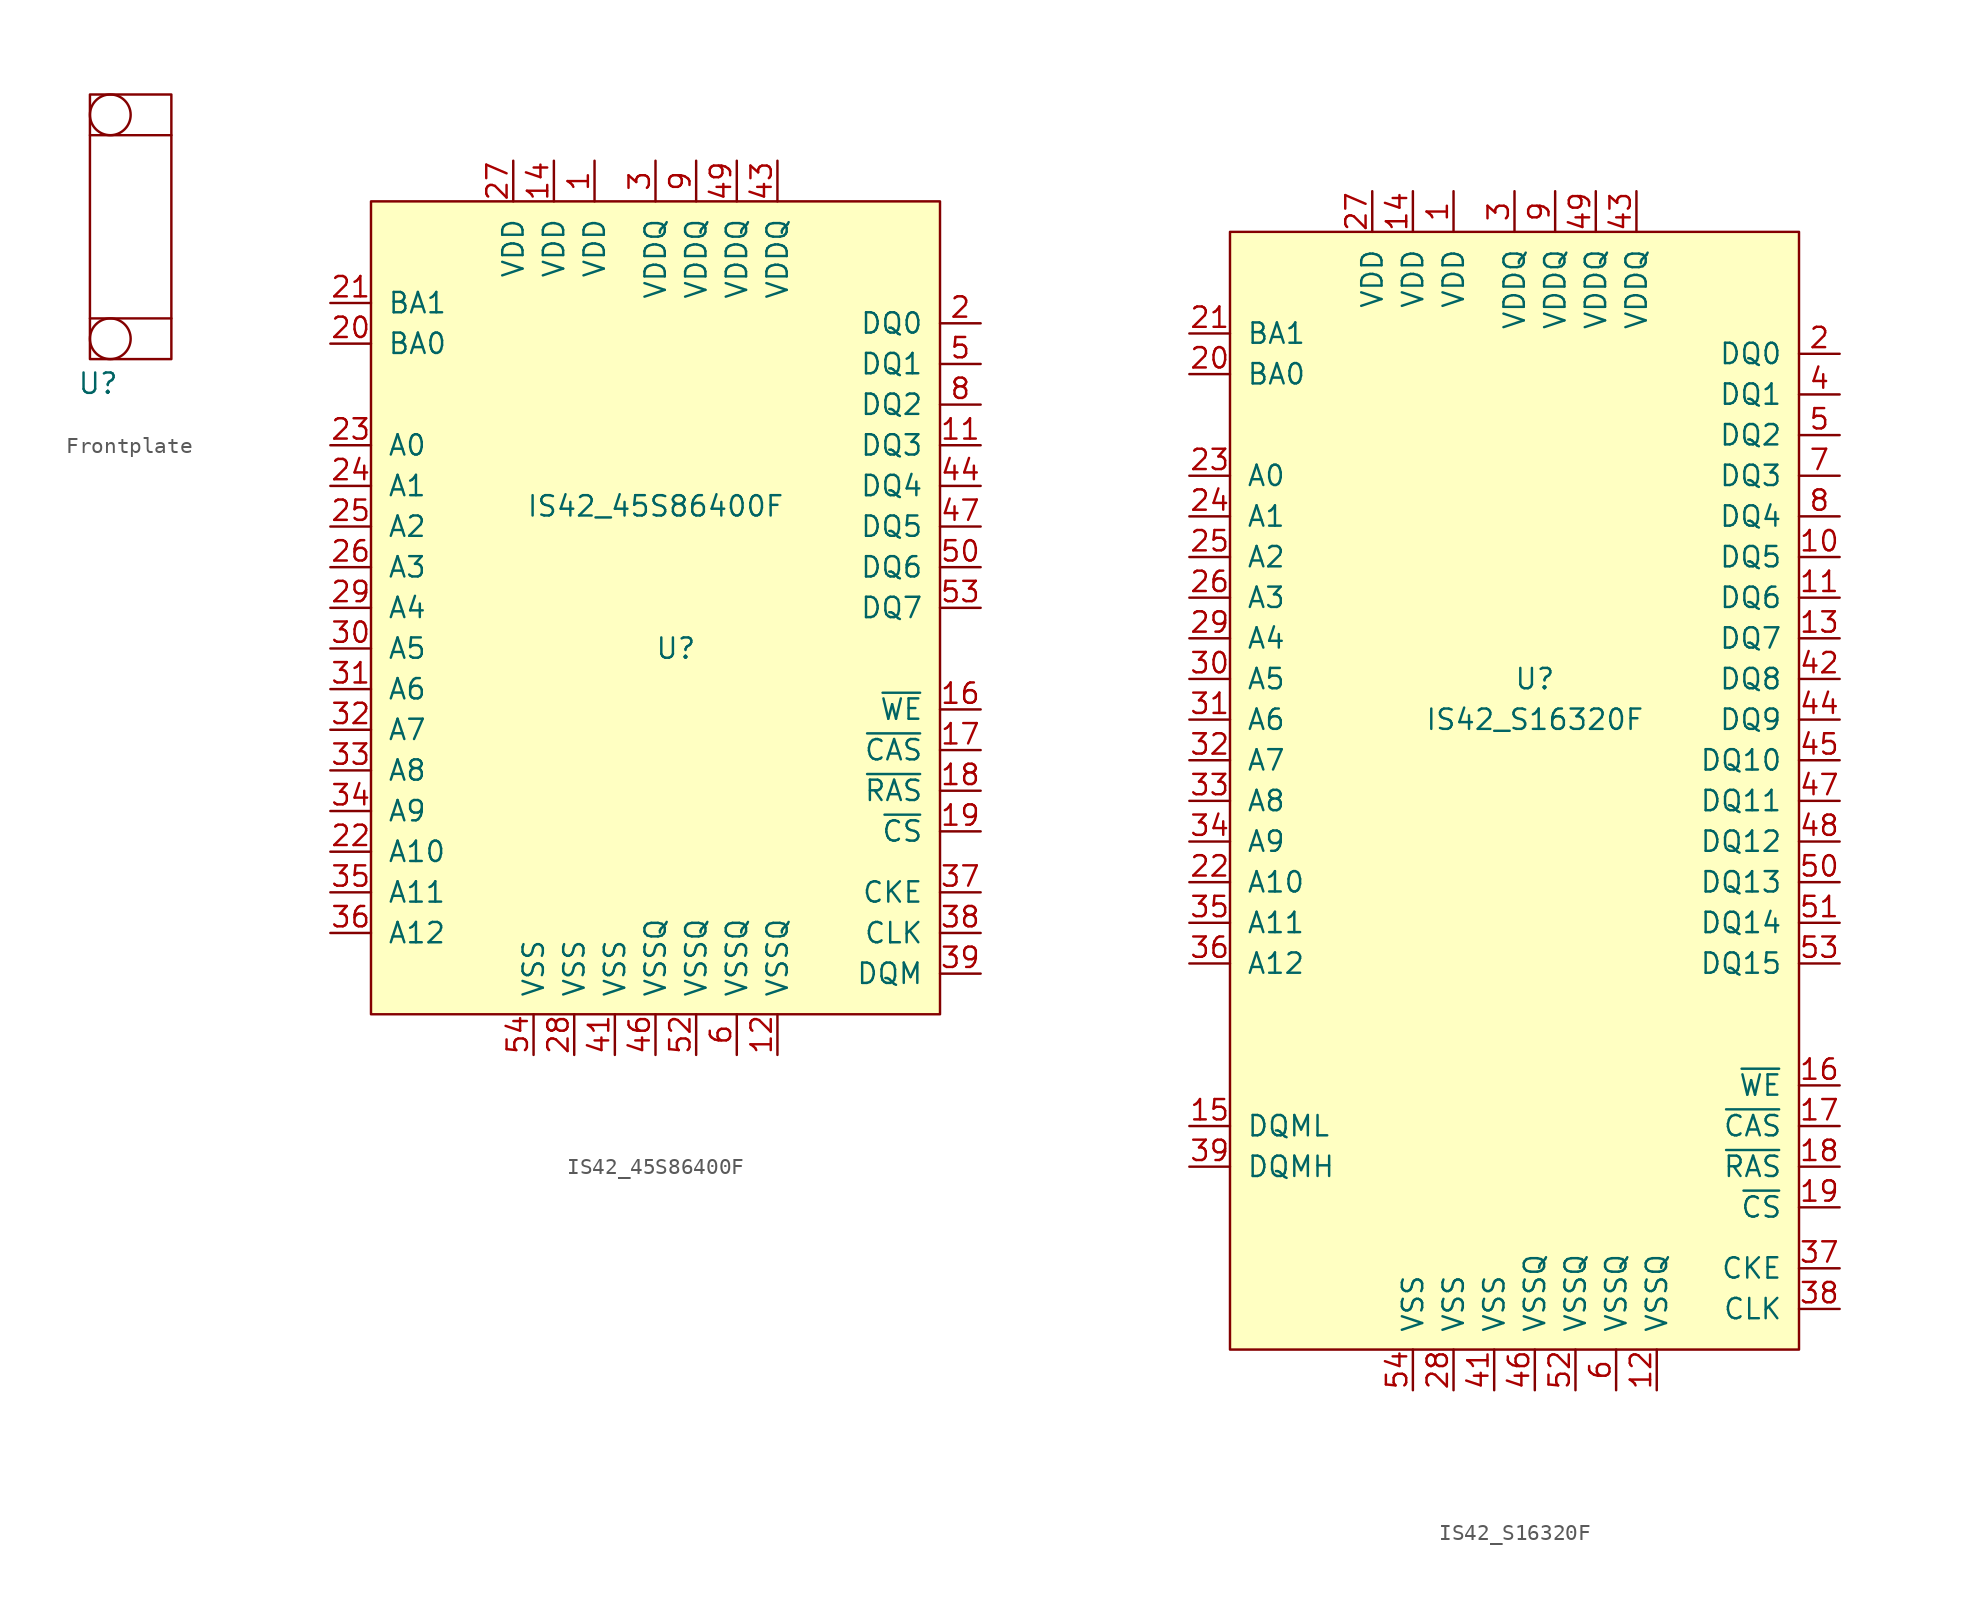
<source format=kicad_sym>
(kicad_symbol_lib
  (version 20241209)
  (generator "kicad_symbol_editor")
  (generator_version "9.0")
  (symbol "Frontplate"
    (property "Reference" "U"
      (at -0.762 -14.224 0)
      (effects (font (size 1.27 1.27))))
    (property "Value" ""
      (at 0 0 0)
      (effects (font (size 1.27 1.27))))
    (symbol "Frontplate_0_1"
      (rectangle (start -1.27 3.81) (end 3.81 -12.7) (stroke (width 0) (type default)) (fill (type none)))
      (polyline (pts (xy -1.27 1.27) (xy 3.81 1.27)) (stroke (width 0) (type default)) (fill (type none)))
      (polyline (pts (xy -1.27 -10.16) (xy 3.81 -10.16)) (stroke (width 0) (type default)) (fill (type none)))
      (circle (center 0 2.54) (radius 1.27) (stroke (width 0) (type default)) (fill (type none)))
      (circle (center 0 -11.43) (radius 1.27) (stroke (width 0) (type default)) (fill (type none)))))
  (symbol "IS42_45S86400F"
    (pin_names
      (offset 1.016))
    (property "Reference" "U"
      (at 0 -1.27 0)
      (effects (font (size 1.27 1.27))))
    (property "Value" "IS42_45S86400F"
      (at -1.27 7.62 0)
      (effects (font (size 1.27 1.27))))
    (symbol "IS42_45S86400F_0_1"
      (rectangle (start -19.05 26.67) (end 16.51 -24.13) (stroke (width 0) (type solid)) (fill (type background))))
    (symbol "IS42_45S86400F_1_1"
      (pin input line (at -21.59 20.32 0) (length 2.54) (name "BA1" (effects (font (size 1.27 1.27)))) (number "21" (effects (font (size 1.27 1.27)))))
      (pin input line (at -21.59 17.78 0) (length 2.54) (name "BA0" (effects (font (size 1.27 1.27)))) (number "20" (effects (font (size 1.27 1.27)))))
      (pin input line (at -21.59 11.43 0) (length 2.54) (name "A0" (effects (font (size 1.27 1.27)))) (number "23" (effects (font (size 1.27 1.27)))))
      (pin input line (at -21.59 8.89 0) (length 2.54) (name "A1" (effects (font (size 1.27 1.27)))) (number "24" (effects (font (size 1.27 1.27)))))
      (pin input line (at -21.59 6.35 0) (length 2.54) (name "A2" (effects (font (size 1.27 1.27)))) (number "25" (effects (font (size 1.27 1.27)))))
      (pin input line (at -21.59 3.81 0) (length 2.54) (name "A3" (effects (font (size 1.27 1.27)))) (number "26" (effects (font (size 1.27 1.27)))))
      (pin input line (at -21.59 1.27 0) (length 2.54) (name "A4" (effects (font (size 1.27 1.27)))) (number "29" (effects (font (size 1.27 1.27)))))
      (pin input line (at -21.59 -1.27 0) (length 2.54) (name "A5" (effects (font (size 1.27 1.27)))) (number "30" (effects (font (size 1.27 1.27)))))
      (pin input line (at -21.59 -3.81 0) (length 2.54) (name "A6" (effects (font (size 1.27 1.27)))) (number "31" (effects (font (size 1.27 1.27)))))
      (pin input line (at -21.59 -6.35 0) (length 2.54) (name "A7" (effects (font (size 1.27 1.27)))) (number "32" (effects (font (size 1.27 1.27)))))
      (pin input line (at -21.59 -8.89 0) (length 2.54) (name "A8" (effects (font (size 1.27 1.27)))) (number "33" (effects (font (size 1.27 1.27)))))
      (pin input line (at -21.59 -11.43 0) (length 2.54) (name "A9" (effects (font (size 1.27 1.27)))) (number "34" (effects (font (size 1.27 1.27)))))
      (pin input line (at -21.59 -13.97 0) (length 2.54) (name "A10" (effects (font (size 1.27 1.27)))) (number "22" (effects (font (size 1.27 1.27)))))
      (pin input line (at -21.59 -16.51 0) (length 2.54) (name "A11" (effects (font (size 1.27 1.27)))) (number "35" (effects (font (size 1.27 1.27)))))
      (pin input line (at -21.59 -19.05 0) (length 2.54) (name "A12" (effects (font (size 1.27 1.27)))) (number "36" (effects (font (size 1.27 1.27)))))
      (pin input line (at -10.16 29.21 270) (length 2.54) (name "VDD" (effects (font (size 1.27 1.27)))) (number "27" (effects (font (size 1.27 1.27)))))
      (pin input line (at -8.89 -26.67 90) (length 2.54) (name "VSS" (effects (font (size 1.27 1.27)))) (number "54" (effects (font (size 1.27 1.27)))))
      (pin input line (at -7.62 29.21 270) (length 2.54) (name "VDD" (effects (font (size 1.27 1.27)))) (number "14" (effects (font (size 1.27 1.27)))))
      (pin input line (at -6.35 -26.67 90) (length 2.54) (name "VSS" (effects (font (size 1.27 1.27)))) (number "28" (effects (font (size 1.27 1.27)))))
      (pin input line (at -5.08 29.21 270) (length 2.54) (name "VDD" (effects (font (size 1.27 1.27)))) (number "1" (effects (font (size 1.27 1.27)))))
      (pin input line (at -5.08 12.7 180) (length 2.54) (hide yes) (name "NC" (effects (font (size 1.27 1.27)))) (number "51" (effects (font (size 1.27 1.27)))))
      (pin input line (at -5.08 10.16 180) (length 2.54) (hide yes) (name "NC" (effects (font (size 1.27 1.27)))) (number "15" (effects (font (size 1.27 1.27)))))
      (pin input line (at -5.08 7.62 180) (length 2.54) (hide yes) (name "NC" (effects (font (size 1.27 1.27)))) (number "13" (effects (font (size 1.27 1.27)))))
      (pin input line (at -5.08 5.08 180) (length 2.54) (hide yes) (name "NC" (effects (font (size 1.27 1.27)))) (number "7" (effects (font (size 1.27 1.27)))))
      (pin input line (at -5.08 2.54 180) (length 2.54) (hide yes) (name "NC" (effects (font (size 1.27 1.27)))) (number "40" (effects (font (size 1.27 1.27)))))
      (pin input line (at -5.08 0 180) (length 2.54) (hide yes) (name "NC" (effects (font (size 1.27 1.27)))) (number "42" (effects (font (size 1.27 1.27)))))
      (pin input line (at -5.08 -2.54 180) (length 2.54) (hide yes) (name "NC" (effects (font (size 1.27 1.27)))) (number "48" (effects (font (size 1.27 1.27)))))
      (pin input line (at -5.08 -5.08 180) (length 2.54) (hide yes) (name "NC" (effects (font (size 1.27 1.27)))) (number "45" (effects (font (size 1.27 1.27)))))
      (pin input line (at -5.08 -7.62 180) (length 2.54) (hide yes) (name "NC" (effects (font (size 1.27 1.27)))) (number "4" (effects (font (size 1.27 1.27)))))
      (pin input line (at -5.08 -10.16 180) (length 2.54) (hide yes) (name "NC" (effects (font (size 1.27 1.27)))) (number "10" (effects (font (size 1.27 1.27)))))
      (pin input line (at -3.81 -26.67 90) (length 2.54) (name "VSS" (effects (font (size 1.27 1.27)))) (number "41" (effects (font (size 1.27 1.27)))))
      (pin input line (at -1.27 29.21 270) (length 2.54) (name "VDDQ" (effects (font (size 1.27 1.27)))) (number "3" (effects (font (size 1.27 1.27)))))
      (pin input line (at -1.27 -26.67 90) (length 2.54) (name "VSSQ" (effects (font (size 1.27 1.27)))) (number "46" (effects (font (size 1.27 1.27)))))
      (pin input line (at 1.27 29.21 270) (length 2.54) (name "VDDQ" (effects (font (size 1.27 1.27)))) (number "9" (effects (font (size 1.27 1.27)))))
      (pin input line (at 1.27 -26.67 90) (length 2.54) (name "VSSQ" (effects (font (size 1.27 1.27)))) (number "52" (effects (font (size 1.27 1.27)))))
      (pin input line (at 3.81 29.21 270) (length 2.54) (name "VDDQ" (effects (font (size 1.27 1.27)))) (number "49" (effects (font (size 1.27 1.27)))))
      (pin input line (at 3.81 -26.67 90) (length 2.54) (name "VSSQ" (effects (font (size 1.27 1.27)))) (number "6" (effects (font (size 1.27 1.27)))))
      (pin input line (at 6.35 29.21 270) (length 2.54) (name "VDDQ" (effects (font (size 1.27 1.27)))) (number "43" (effects (font (size 1.27 1.27)))))
      (pin input line (at 6.35 -26.67 90) (length 2.54) (name "VSSQ" (effects (font (size 1.27 1.27)))) (number "12" (effects (font (size 1.27 1.27)))))
      (pin input line (at 19.05 19.05 180) (length 2.54) (name "DQ0" (effects (font (size 1.27 1.27)))) (number "2" (effects (font (size 1.27 1.27)))))
      (pin input line (at 19.05 16.51 180) (length 2.54) (name "DQ1" (effects (font (size 1.27 1.27)))) (number "5" (effects (font (size 1.27 1.27)))))
      (pin input line (at 19.05 13.97 180) (length 2.54) (name "DQ2" (effects (font (size 1.27 1.27)))) (number "8" (effects (font (size 1.27 1.27)))))
      (pin input line (at 19.05 11.43 180) (length 2.54) (name "DQ3" (effects (font (size 1.27 1.27)))) (number "11" (effects (font (size 1.27 1.27)))))
      (pin input line (at 19.05 8.89 180) (length 2.54) (name "DQ4" (effects (font (size 1.27 1.27)))) (number "44" (effects (font (size 1.27 1.27)))))
      (pin input line (at 19.05 6.35 180) (length 2.54) (name "DQ5" (effects (font (size 1.27 1.27)))) (number "47" (effects (font (size 1.27 1.27)))))
      (pin input line (at 19.05 3.81 180) (length 2.54) (name "DQ6" (effects (font (size 1.27 1.27)))) (number "50" (effects (font (size 1.27 1.27)))))
      (pin input line (at 19.05 1.27 180) (length 2.54) (name "DQ7" (effects (font (size 1.27 1.27)))) (number "53" (effects (font (size 1.27 1.27)))))
      (pin input line (at 19.05 -5.08 180) (length 2.54) (name "~{WE}" (effects (font (size 1.27 1.27)))) (number "16" (effects (font (size 1.27 1.27)))))
      (pin input line (at 19.05 -7.62 180) (length 2.54) (name "~{CAS}" (effects (font (size 1.27 1.27)))) (number "17" (effects (font (size 1.27 1.27)))))
      (pin input line (at 19.05 -10.16 180) (length 2.54) (name "~{RAS}" (effects (font (size 1.27 1.27)))) (number "18" (effects (font (size 1.27 1.27)))))
      (pin input line (at 19.05 -12.7 180) (length 2.54) (name "~{CS}" (effects (font (size 1.27 1.27)))) (number "19" (effects (font (size 1.27 1.27)))))
      (pin input line (at 19.05 -16.51 180) (length 2.54) (name "CKE" (effects (font (size 1.27 1.27)))) (number "37" (effects (font (size 1.27 1.27)))))
      (pin input line (at 19.05 -19.05 180) (length 2.54) (name "CLK" (effects (font (size 1.27 1.27)))) (number "38" (effects (font (size 1.27 1.27)))))
      (pin input line (at 19.05 -21.59 180) (length 2.54) (name "DQM" (effects (font (size 1.27 1.27)))) (number "39" (effects (font (size 1.27 1.27)))))))
  (symbol "IS42_S16320F"
    (pin_names
      (offset 1.016))
    (property "Reference" "U"
      (at 0 -1.27 0)
      (effects (font (size 1.27 1.27))))
    (property "Value" "IS42_S16320F"
      (at 0 -3.81 0)
      (effects (font (size 1.27 1.27))))
    (symbol "IS42_S16320F_0_1"
      (rectangle (start -19.05 26.67) (end 16.51 -43.18) (stroke (width 0) (type solid)) (fill (type background))))
    (symbol "IS42_S16320F_1_1"
      (pin input line (at -21.59 20.32 0) (length 2.54) (name "BA1" (effects (font (size 1.27 1.27)))) (number "21" (effects (font (size 1.27 1.27)))))
      (pin input line (at -21.59 17.78 0) (length 2.54) (name "BA0" (effects (font (size 1.27 1.27)))) (number "20" (effects (font (size 1.27 1.27)))))
      (pin input line (at -21.59 11.43 0) (length 2.54) (name "A0" (effects (font (size 1.27 1.27)))) (number "23" (effects (font (size 1.27 1.27)))))
      (pin input line (at -21.59 8.89 0) (length 2.54) (name "A1" (effects (font (size 1.27 1.27)))) (number "24" (effects (font (size 1.27 1.27)))))
      (pin input line (at -21.59 6.35 0) (length 2.54) (name "A2" (effects (font (size 1.27 1.27)))) (number "25" (effects (font (size 1.27 1.27)))))
      (pin input line (at -21.59 3.81 0) (length 2.54) (name "A3" (effects (font (size 1.27 1.27)))) (number "26" (effects (font (size 1.27 1.27)))))
      (pin input line (at -21.59 1.27 0) (length 2.54) (name "A4" (effects (font (size 1.27 1.27)))) (number "29" (effects (font (size 1.27 1.27)))))
      (pin input line (at -21.59 -1.27 0) (length 2.54) (name "A5" (effects (font (size 1.27 1.27)))) (number "30" (effects (font (size 1.27 1.27)))))
      (pin input line (at -21.59 -3.81 0) (length 2.54) (name "A6" (effects (font (size 1.27 1.27)))) (number "31" (effects (font (size 1.27 1.27)))))
      (pin input line (at -21.59 -6.35 0) (length 2.54) (name "A7" (effects (font (size 1.27 1.27)))) (number "32" (effects (font (size 1.27 1.27)))))
      (pin input line (at -21.59 -8.89 0) (length 2.54) (name "A8" (effects (font (size 1.27 1.27)))) (number "33" (effects (font (size 1.27 1.27)))))
      (pin input line (at -21.59 -11.43 0) (length 2.54) (name "A9" (effects (font (size 1.27 1.27)))) (number "34" (effects (font (size 1.27 1.27)))))
      (pin input line (at -21.59 -13.97 0) (length 2.54) (name "A10" (effects (font (size 1.27 1.27)))) (number "22" (effects (font (size 1.27 1.27)))))
      (pin input line (at -21.59 -16.51 0) (length 2.54) (name "A11" (effects (font (size 1.27 1.27)))) (number "35" (effects (font (size 1.27 1.27)))))
      (pin input line (at -21.59 -19.05 0) (length 2.54) (name "A12" (effects (font (size 1.27 1.27)))) (number "36" (effects (font (size 1.27 1.27)))))
      (pin input line (at -21.59 -29.21 0) (length 2.54) (name "DQML" (effects (font (size 1.27 1.27)))) (number "15" (effects (font (size 1.27 1.27)))))
      (pin input line (at -21.59 -31.75 0) (length 2.54) (name "DQMH" (effects (font (size 1.27 1.27)))) (number "39" (effects (font (size 1.27 1.27)))))
      (pin input line (at -10.16 29.21 270) (length 2.54) (name "VDD" (effects (font (size 1.27 1.27)))) (number "27" (effects (font (size 1.27 1.27)))))
      (pin input line (at -7.62 29.21 270) (length 2.54) (name "VDD" (effects (font (size 1.27 1.27)))) (number "14" (effects (font (size 1.27 1.27)))))
      (pin input line (at -7.62 -45.72 90) (length 2.54) (name "VSS" (effects (font (size 1.27 1.27)))) (number "54" (effects (font (size 1.27 1.27)))))
      (pin input line (at -5.08 29.21 270) (length 2.54) (name "VDD" (effects (font (size 1.27 1.27)))) (number "1" (effects (font (size 1.27 1.27)))))
      (pin input line (at -5.08 -45.72 90) (length 2.54) (name "VSS" (effects (font (size 1.27 1.27)))) (number "28" (effects (font (size 1.27 1.27)))))
      (pin input line (at -2.54 -45.72 90) (length 2.54) (name "VSS" (effects (font (size 1.27 1.27)))) (number "41" (effects (font (size 1.27 1.27)))))
      (pin input line (at -1.27 29.21 270) (length 2.54) (name "VDDQ" (effects (font (size 1.27 1.27)))) (number "3" (effects (font (size 1.27 1.27)))))
      (pin input line (at 0 -45.72 90) (length 2.54) (name "VSSQ" (effects (font (size 1.27 1.27)))) (number "46" (effects (font (size 1.27 1.27)))))
      (pin input line (at 1.27 29.21 270) (length 2.54) (name "VDDQ" (effects (font (size 1.27 1.27)))) (number "9" (effects (font (size 1.27 1.27)))))
      (pin input line (at 1.27 -10.16 180) (length 2.54) (hide yes) (name "NC" (effects (font (size 1.27 1.27)))) (number "40" (effects (font (size 1.27 1.27)))))
      (pin input line (at 2.54 -45.72 90) (length 2.54) (name "VSSQ" (effects (font (size 1.27 1.27)))) (number "52" (effects (font (size 1.27 1.27)))))
      (pin input line (at 3.81 29.21 270) (length 2.54) (name "VDDQ" (effects (font (size 1.27 1.27)))) (number "49" (effects (font (size 1.27 1.27)))))
      (pin input line (at 5.08 -45.72 90) (length 2.54) (name "VSSQ" (effects (font (size 1.27 1.27)))) (number "6" (effects (font (size 1.27 1.27)))))
      (pin input line (at 6.35 29.21 270) (length 2.54) (name "VDDQ" (effects (font (size 1.27 1.27)))) (number "43" (effects (font (size 1.27 1.27)))))
      (pin input line (at 7.62 -45.72 90) (length 2.54) (name "VSSQ" (effects (font (size 1.27 1.27)))) (number "12" (effects (font (size 1.27 1.27)))))
      (pin input line (at 19.05 19.05 180) (length 2.54) (name "DQ0" (effects (font (size 1.27 1.27)))) (number "2" (effects (font (size 1.27 1.27)))))
      (pin input line (at 19.05 16.51 180) (length 2.54) (name "DQ1" (effects (font (size 1.27 1.27)))) (number "4" (effects (font (size 1.27 1.27)))))
      (pin input line (at 19.05 13.97 180) (length 2.54) (name "DQ2" (effects (font (size 1.27 1.27)))) (number "5" (effects (font (size 1.27 1.27)))))
      (pin input line (at 19.05 11.43 180) (length 2.54) (name "DQ3" (effects (font (size 1.27 1.27)))) (number "7" (effects (font (size 1.27 1.27)))))
      (pin input line (at 19.05 8.89 180) (length 2.54) (name "DQ4" (effects (font (size 1.27 1.27)))) (number "8" (effects (font (size 1.27 1.27)))))
      (pin input line (at 19.05 6.35 180) (length 2.54) (name "DQ5" (effects (font (size 1.27 1.27)))) (number "10" (effects (font (size 1.27 1.27)))))
      (pin input line (at 19.05 3.81 180) (length 2.54) (name "DQ6" (effects (font (size 1.27 1.27)))) (number "11" (effects (font (size 1.27 1.27)))))
      (pin input line (at 19.05 1.27 180) (length 2.54) (name "DQ7" (effects (font (size 1.27 1.27)))) (number "13" (effects (font (size 1.27 1.27)))))
      (pin input line (at 19.05 -1.27 180) (length 2.54) (name "DQ8" (effects (font (size 1.27 1.27)))) (number "42" (effects (font (size 1.27 1.27)))))
      (pin input line (at 19.05 -3.81 180) (length 2.54) (name "DQ9" (effects (font (size 1.27 1.27)))) (number "44" (effects (font (size 1.27 1.27)))))
      (pin input line (at 19.05 -6.35 180) (length 2.54) (name "DQ10" (effects (font (size 1.27 1.27)))) (number "45" (effects (font (size 1.27 1.27)))))
      (pin input line (at 19.05 -8.89 180) (length 2.54) (name "DQ11" (effects (font (size 1.27 1.27)))) (number "47" (effects (font (size 1.27 1.27)))))
      (pin input line (at 19.05 -11.43 180) (length 2.54) (name "DQ12" (effects (font (size 1.27 1.27)))) (number "48" (effects (font (size 1.27 1.27)))))
      (pin input line (at 19.05 -13.97 180) (length 2.54) (name "DQ13" (effects (font (size 1.27 1.27)))) (number "50" (effects (font (size 1.27 1.27)))))
      (pin input line (at 19.05 -16.51 180) (length 2.54) (name "DQ14" (effects (font (size 1.27 1.27)))) (number "51" (effects (font (size 1.27 1.27)))))
      (pin input line (at 19.05 -19.05 180) (length 2.54) (name "DQ15" (effects (font (size 1.27 1.27)))) (number "53" (effects (font (size 1.27 1.27)))))
      (pin input line (at 19.05 -26.67 180) (length 2.54) (name "~{WE}" (effects (font (size 1.27 1.27)))) (number "16" (effects (font (size 1.27 1.27)))))
      (pin input line (at 19.05 -29.21 180) (length 2.54) (name "~{CAS}" (effects (font (size 1.27 1.27)))) (number "17" (effects (font (size 1.27 1.27)))))
      (pin input line (at 19.05 -31.75 180) (length 2.54) (name "~{RAS}" (effects (font (size 1.27 1.27)))) (number "18" (effects (font (size 1.27 1.27)))))
      (pin input line (at 19.05 -34.29 180) (length 2.54) (name "~{CS}" (effects (font (size 1.27 1.27)))) (number "19" (effects (font (size 1.27 1.27)))))
      (pin input line (at 19.05 -38.1 180) (length 2.54) (name "CKE" (effects (font (size 1.27 1.27)))) (number "37" (effects (font (size 1.27 1.27)))))
      (pin input line (at 19.05 -40.64 180) (length 2.54) (name "CLK" (effects (font (size 1.27 1.27)))) (number "38" (effects (font (size 1.27 1.27))))))))
</source>
